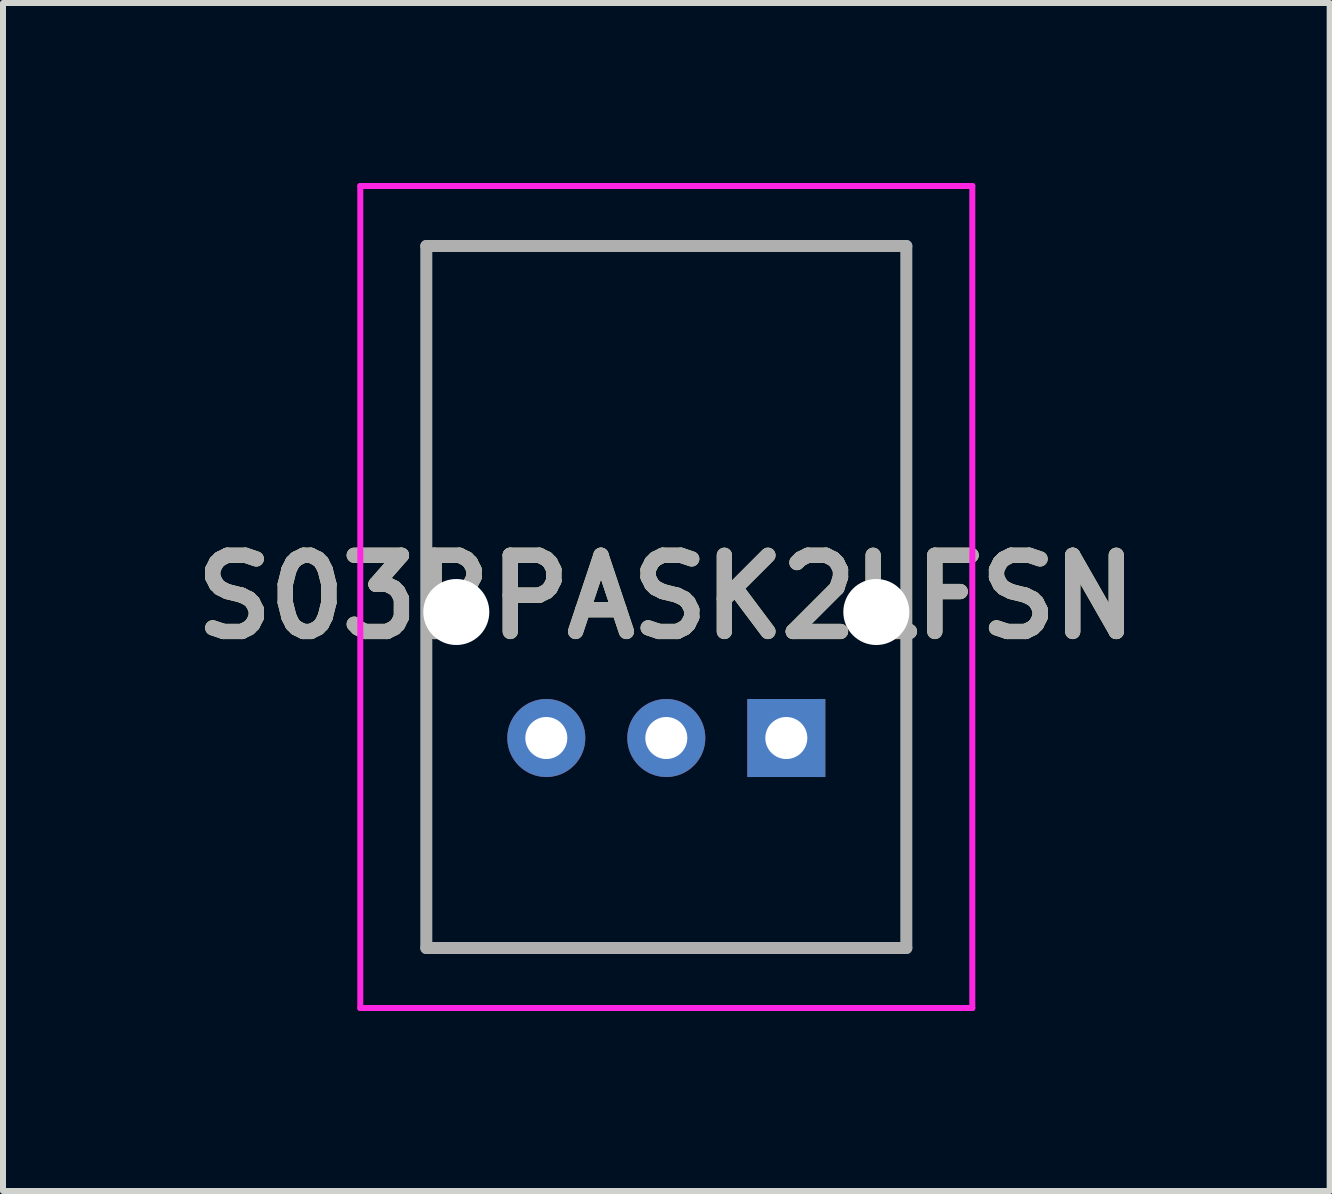
<source format=kicad_pcb>
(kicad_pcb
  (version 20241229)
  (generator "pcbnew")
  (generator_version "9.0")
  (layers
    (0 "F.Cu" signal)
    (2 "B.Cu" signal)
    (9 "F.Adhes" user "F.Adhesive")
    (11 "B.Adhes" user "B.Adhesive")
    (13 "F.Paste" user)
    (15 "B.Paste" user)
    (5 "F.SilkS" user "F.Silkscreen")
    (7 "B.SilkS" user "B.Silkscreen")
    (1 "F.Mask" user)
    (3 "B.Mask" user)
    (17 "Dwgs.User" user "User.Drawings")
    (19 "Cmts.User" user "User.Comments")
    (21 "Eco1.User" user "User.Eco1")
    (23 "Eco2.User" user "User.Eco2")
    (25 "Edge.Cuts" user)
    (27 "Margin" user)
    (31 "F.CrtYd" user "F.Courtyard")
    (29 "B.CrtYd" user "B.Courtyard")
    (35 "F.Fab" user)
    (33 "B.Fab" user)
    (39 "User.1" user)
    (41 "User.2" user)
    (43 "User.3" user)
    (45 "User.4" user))
  (footprint "S03BPASK2LFSN"
    (layer "F.Cu")
    (at 10.055 9.25)
    (property "Reference" "S03BPASK2LFSN" (at -2 -2.35 0) (layer "F.SilkS") (effects (font (size 1.27 1.27) (thickness 0.254))))
    (attr through_hole)
    (fp_line (start -6 -8.2) (end 2 -8.2) (stroke (width 0.1) (type solid)) (layer "F.SilkS"))
    (fp_line (start -6 -3.1) (end -6 -8.2) (stroke (width 0.1) (type solid)) (layer "F.SilkS"))
    (fp_line (start -6 -1.1) (end -6 3.5) (stroke (width 0.1) (type solid)) (layer "F.SilkS"))
    (fp_line (start -6 3.5) (end 2 3.5) (stroke (width 0.1) (type solid)) (layer "F.SilkS"))
    (fp_line (start 2 -8.2) (end 2 -3.1) (stroke (width 0.1) (type solid)) (layer "F.SilkS"))
    (fp_line (start 2 3.5) (end 2 -1.1) (stroke (width 0.1) (type solid)) (layer "F.SilkS"))
    (fp_line (start -7.1 -9.2) (end 3.1 -9.2) (stroke (width 0.1) (type solid)) (layer "F.CrtYd"))
    (fp_line (start -7.1 4.5) (end -7.1 -9.2) (stroke (width 0.1) (type solid)) (layer "F.CrtYd"))
    (fp_line (start 3.1 -9.2) (end 3.1 4.5) (stroke (width 0.1) (type solid)) (layer "F.CrtYd"))
    (fp_line (start 3.1 4.5) (end -7.1 4.5) (stroke (width 0.1) (type solid)) (layer "F.CrtYd"))
    (fp_line (start -6 -8.2) (end 2 -8.2) (stroke (width 0.2) (type solid)) (layer "F.Fab"))
    (fp_line (start -6 3.5) (end -6 -8.2) (stroke (width 0.2) (type solid)) (layer "F.Fab"))
    (fp_line (start 2 -8.2) (end 2 3.5) (stroke (width 0.2) (type solid)) (layer "F.Fab"))
    (fp_line (start 2 3.5) (end -6 3.5) (stroke (width 0.2) (type solid)) (layer "F.Fab"))
    (fp_text user "${REFERENCE}" (at -2 -2.35 0) (layer "F.Fab") (effects (font (size 1.27 1.27) (thickness 0.254))))
    (pad "" np_thru_hole circle (at -5.5 -2.1) (size 1.1 1.1) (drill 1.1) (layers "*.Cu" "*.Mask"))
    (pad "" np_thru_hole circle (at 1.5 -2.1) (size 1.1 1.1) (drill 1.1) (layers "*.Cu" "*.Mask"))
    (pad "1" thru_hole rect (at 0 0) (size 1.3 1.3) (drill 0.7) (layers "*.Cu" "*.Mask"))
    (pad "2" thru_hole circle (at -2 0) (size 1.3 1.3) (drill 0.7) (layers "*.Cu" "*.Mask"))
    (pad "3" thru_hole circle (at -4 0) (size 1.3 1.3) (drill 0.7) (layers "*.Cu" "*.Mask")))
  (gr_rect
    (start -3 -3)
    (end 19.111 16.8)
    (stroke (width 0.1) (type default))
    (fill no)
    (layer "Edge.Cuts")))
</source>
